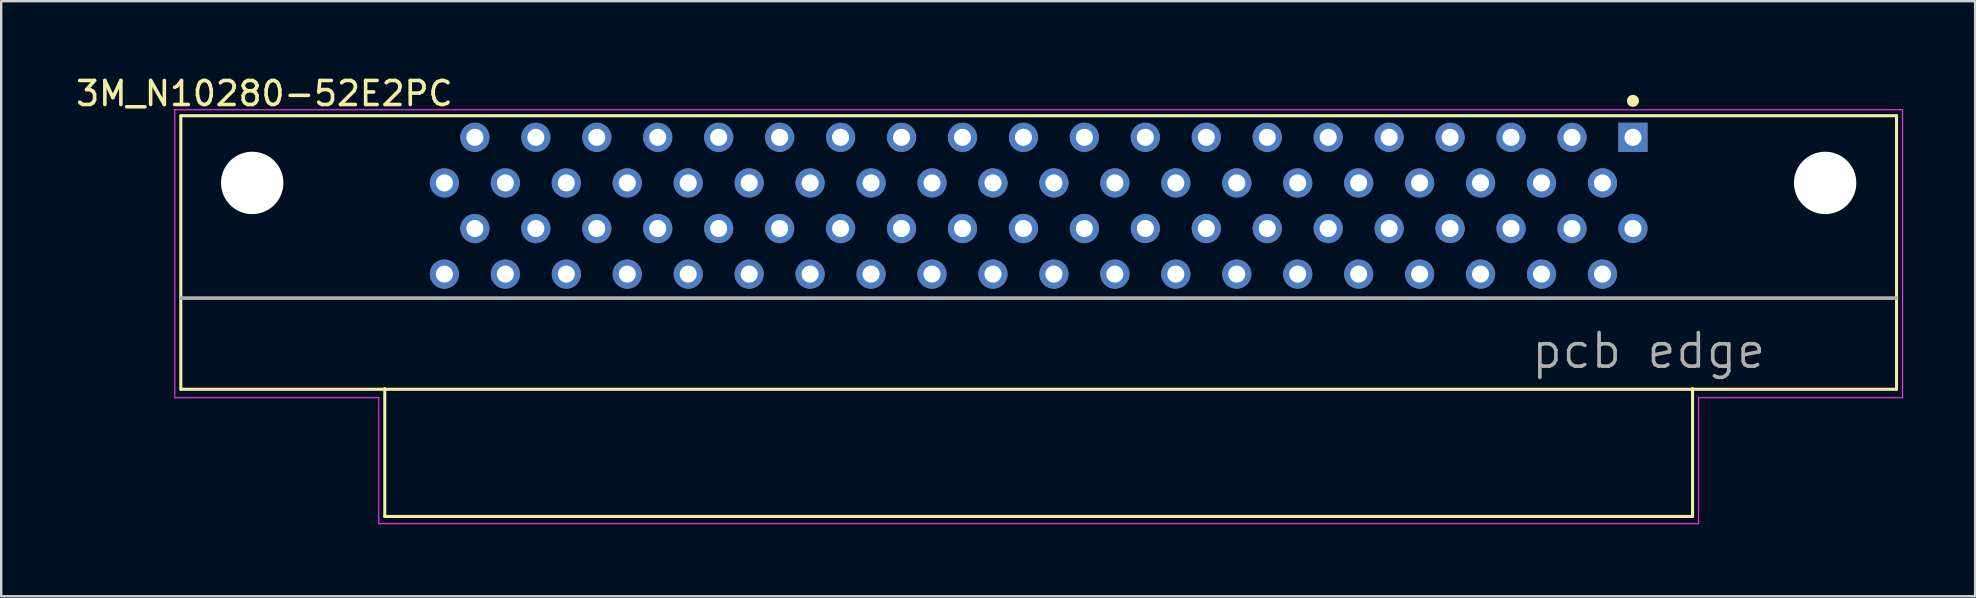
<source format=kicad_pcb>
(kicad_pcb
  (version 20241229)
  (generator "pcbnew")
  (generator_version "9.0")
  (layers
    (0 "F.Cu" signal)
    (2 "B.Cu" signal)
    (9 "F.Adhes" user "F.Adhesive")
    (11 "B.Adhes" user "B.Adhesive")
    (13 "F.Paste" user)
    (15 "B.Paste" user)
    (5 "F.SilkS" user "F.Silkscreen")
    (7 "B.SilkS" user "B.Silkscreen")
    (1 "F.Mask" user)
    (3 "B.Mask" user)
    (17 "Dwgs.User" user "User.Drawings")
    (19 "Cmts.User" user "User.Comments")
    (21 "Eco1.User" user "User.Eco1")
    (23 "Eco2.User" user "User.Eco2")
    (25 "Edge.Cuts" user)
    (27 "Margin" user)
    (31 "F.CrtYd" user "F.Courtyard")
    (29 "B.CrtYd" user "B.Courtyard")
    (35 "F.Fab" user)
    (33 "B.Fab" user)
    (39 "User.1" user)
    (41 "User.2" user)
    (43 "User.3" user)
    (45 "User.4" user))
  (footprint "3M_N10280-52E2PC"
    (layer "F.Cu")
    (at 40.235 7.473)
    (property "Reference" "3M_N10280-52E2PC" (at -32.266 -6.624 0) (layer "F.SilkS") (effects (font (size 1.001 1.001) (thickness 0.15))))
    (attr through_hole)
    (fp_line (start -35.75 -5.7) (end 35.75 -5.7) (stroke (width 0.127) (type solid)) (layer "F.SilkS"))
    (fp_line (start -35.75 5.7) (end -35.75 -5.7) (stroke (width 0.127) (type solid)) (layer "F.SilkS"))
    (fp_line (start -27.25 5.67) (end -27.25 11) (stroke (width 0.127) (type solid)) (layer "F.SilkS"))
    (fp_line (start -27.25 11) (end 27.25 11) (stroke (width 0.127) (type solid)) (layer "F.SilkS"))
    (fp_line (start 27.25 11) (end 27.25 5.67) (stroke (width 0.127) (type solid)) (layer "F.SilkS"))
    (fp_line (start 35.75 -5.7) (end 35.75 5.7) (stroke (width 0.127) (type solid)) (layer "F.SilkS"))
    (fp_line (start 35.75 5.7) (end -35.75 5.7) (stroke (width 0.127) (type solid)) (layer "F.SilkS"))
    (fp_circle (center 24.765 -6.32) (end 25.015 -6.32) (stroke (width 0) (type solid)) (fill yes) (layer "F.SilkS"))
    (fp_line (start -36 -5.95) (end -36 6.05) (stroke (width 0.05) (type solid)) (layer "F.CrtYd"))
    (fp_line (start -36 6.05) (end -27.5 6.05) (stroke (width 0.05) (type solid)) (layer "F.CrtYd"))
    (fp_line (start -27.5 6.05) (end -27.5 11.3) (stroke (width 0.05) (type solid)) (layer "F.CrtYd"))
    (fp_line (start -27.5 11.3) (end 27.5 11.3) (stroke (width 0.05) (type solid)) (layer "F.CrtYd"))
    (fp_line (start 27.5 6.05) (end 36 6.05) (stroke (width 0.05) (type solid)) (layer "F.CrtYd"))
    (fp_line (start 27.5 11.3) (end 27.5 6.05) (stroke (width 0.05) (type solid)) (layer "F.CrtYd"))
    (fp_line (start 36 -5.95) (end -36 -5.95) (stroke (width 0.05) (type solid)) (layer "F.CrtYd"))
    (fp_line (start 36 6.05) (end 36 -5.95) (stroke (width 0.05) (type solid)) (layer "F.CrtYd"))
    (fp_line (start -35.75 1.9) (end 35.75 1.9) (stroke (width 0.152) (type solid)) (layer "F.Fab"))
    (fp_text user "pcb edge" (at 25.423 4.094 0) (layer "F.Fab") (effects (font (size 1.401 1.401) (thickness 0.15))))
    (pad "" np_thru_hole circle (at -32.775 -2.9) (size 2.6 2.6) (drill 2.6) (layers "*.Cu" "*.Mask"))
    (pad "" np_thru_hole circle (at 32.775 -2.9) (size 2.6 2.6) (drill 2.6) (layers "*.Cu" "*.Mask"))
    (pad "1" thru_hole rect (at 24.765 -4.8) (size 1.218 1.218) (drill 0.71) (layers "*.Cu" "*.Mask"))
    (pad "2" thru_hole circle (at 23.495 -2.9) (size 1.218 1.218) (drill 0.71) (layers "*.Cu" "*.Mask"))
    (pad "3" thru_hole circle (at 22.225 -4.8) (size 1.218 1.218) (drill 0.71) (layers "*.Cu" "*.Mask"))
    (pad "4" thru_hole circle (at 20.955 -2.9) (size 1.218 1.218) (drill 0.71) (layers "*.Cu" "*.Mask"))
    (pad "5" thru_hole circle (at 19.685 -4.8) (size 1.218 1.218) (drill 0.71) (layers "*.Cu" "*.Mask"))
    (pad "6" thru_hole circle (at 18.415 -2.9) (size 1.218 1.218) (drill 0.71) (layers "*.Cu" "*.Mask"))
    (pad "7" thru_hole circle (at 17.145 -4.8) (size 1.218 1.218) (drill 0.71) (layers "*.Cu" "*.Mask"))
    (pad "8" thru_hole circle (at 15.875 -2.9) (size 1.218 1.218) (drill 0.71) (layers "*.Cu" "*.Mask"))
    (pad "9" thru_hole circle (at 14.605 -4.8) (size 1.218 1.218) (drill 0.71) (layers "*.Cu" "*.Mask"))
    (pad "10" thru_hole circle (at 13.335 -2.9) (size 1.218 1.218) (drill 0.71) (layers "*.Cu" "*.Mask"))
    (pad "11" thru_hole circle (at 12.065 -4.8) (size 1.218 1.218) (drill 0.71) (layers "*.Cu" "*.Mask"))
    (pad "12" thru_hole circle (at 10.795 -2.9) (size 1.218 1.218) (drill 0.71) (layers "*.Cu" "*.Mask"))
    (pad "13" thru_hole circle (at 9.525 -4.8) (size 1.218 1.218) (drill 0.71) (layers "*.Cu" "*.Mask"))
    (pad "14" thru_hole circle (at 8.255 -2.9) (size 1.218 1.218) (drill 0.71) (layers "*.Cu" "*.Mask"))
    (pad "15" thru_hole circle (at 6.985 -4.8) (size 1.218 1.218) (drill 0.71) (layers "*.Cu" "*.Mask"))
    (pad "16" thru_hole circle (at 5.715 -2.9) (size 1.218 1.218) (drill 0.71) (layers "*.Cu" "*.Mask"))
    (pad "17" thru_hole circle (at 4.445 -4.8) (size 1.218 1.218) (drill 0.71) (layers "*.Cu" "*.Mask"))
    (pad "18" thru_hole circle (at 3.175 -2.9) (size 1.218 1.218) (drill 0.71) (layers "*.Cu" "*.Mask"))
    (pad "19" thru_hole circle (at 1.905 -4.8) (size 1.218 1.218) (drill 0.71) (layers "*.Cu" "*.Mask"))
    (pad "20" thru_hole circle (at 0.635 -2.9) (size 1.218 1.218) (drill 0.71) (layers "*.Cu" "*.Mask"))
    (pad "21" thru_hole circle (at -0.635 -4.8) (size 1.218 1.218) (drill 0.71) (layers "*.Cu" "*.Mask"))
    (pad "22" thru_hole circle (at -1.905 -2.9) (size 1.218 1.218) (drill 0.71) (layers "*.Cu" "*.Mask"))
    (pad "23" thru_hole circle (at -3.175 -4.8) (size 1.218 1.218) (drill 0.71) (layers "*.Cu" "*.Mask"))
    (pad "24" thru_hole circle (at -4.445 -2.9) (size 1.218 1.218) (drill 0.71) (layers "*.Cu" "*.Mask"))
    (pad "25" thru_hole circle (at -5.715 -4.8) (size 1.218 1.218) (drill 0.71) (layers "*.Cu" "*.Mask"))
    (pad "26" thru_hole circle (at -6.985 -2.9) (size 1.218 1.218) (drill 0.71) (layers "*.Cu" "*.Mask"))
    (pad "27" thru_hole circle (at -8.255 -4.8) (size 1.218 1.218) (drill 0.71) (layers "*.Cu" "*.Mask"))
    (pad "28" thru_hole circle (at -9.525 -2.9) (size 1.218 1.218) (drill 0.71) (layers "*.Cu" "*.Mask"))
    (pad "29" thru_hole circle (at -10.795 -4.8) (size 1.218 1.218) (drill 0.71) (layers "*.Cu" "*.Mask"))
    (pad "30" thru_hole circle (at -12.065 -2.9) (size 1.218 1.218) (drill 0.71) (layers "*.Cu" "*.Mask"))
    (pad "31" thru_hole circle (at -13.335 -4.8) (size 1.218 1.218) (drill 0.71) (layers "*.Cu" "*.Mask"))
    (pad "32" thru_hole circle (at -14.605 -2.9) (size 1.218 1.218) (drill 0.71) (layers "*.Cu" "*.Mask"))
    (pad "33" thru_hole circle (at -15.875 -4.8) (size 1.218 1.218) (drill 0.71) (layers "*.Cu" "*.Mask"))
    (pad "34" thru_hole circle (at -17.145 -2.9) (size 1.218 1.218) (drill 0.71) (layers "*.Cu" "*.Mask"))
    (pad "35" thru_hole circle (at -18.415 -4.8) (size 1.218 1.218) (drill 0.71) (layers "*.Cu" "*.Mask"))
    (pad "36" thru_hole circle (at -19.685 -2.9) (size 1.218 1.218) (drill 0.71) (layers "*.Cu" "*.Mask"))
    (pad "37" thru_hole circle (at -20.955 -4.8) (size 1.218 1.218) (drill 0.71) (layers "*.Cu" "*.Mask"))
    (pad "38" thru_hole circle (at -22.225 -2.9) (size 1.218 1.218) (drill 0.71) (layers "*.Cu" "*.Mask"))
    (pad "39" thru_hole circle (at -23.495 -4.8) (size 1.218 1.218) (drill 0.71) (layers "*.Cu" "*.Mask"))
    (pad "40" thru_hole circle (at -24.765 -2.9) (size 1.218 1.218) (drill 0.71) (layers "*.Cu" "*.Mask"))
    (pad "41" thru_hole circle (at 24.765 -1) (size 1.218 1.218) (drill 0.71) (layers "*.Cu" "*.Mask"))
    (pad "42" thru_hole circle (at 23.495 0.9) (size 1.218 1.218) (drill 0.71) (layers "*.Cu" "*.Mask"))
    (pad "43" thru_hole circle (at 22.225 -1) (size 1.218 1.218) (drill 0.71) (layers "*.Cu" "*.Mask"))
    (pad "44" thru_hole circle (at 20.955 0.9) (size 1.218 1.218) (drill 0.71) (layers "*.Cu" "*.Mask"))
    (pad "45" thru_hole circle (at 19.685 -1) (size 1.218 1.218) (drill 0.71) (layers "*.Cu" "*.Mask"))
    (pad "46" thru_hole circle (at 18.415 0.9) (size 1.218 1.218) (drill 0.71) (layers "*.Cu" "*.Mask"))
    (pad "47" thru_hole circle (at 17.145 -1) (size 1.218 1.218) (drill 0.71) (layers "*.Cu" "*.Mask"))
    (pad "48" thru_hole circle (at 15.875 0.9) (size 1.218 1.218) (drill 0.71) (layers "*.Cu" "*.Mask"))
    (pad "49" thru_hole circle (at 14.605 -1) (size 1.218 1.218) (drill 0.71) (layers "*.Cu" "*.Mask"))
    (pad "50" thru_hole circle (at 13.335 0.9) (size 1.218 1.218) (drill 0.71) (layers "*.Cu" "*.Mask"))
    (pad "51" thru_hole circle (at 12.065 -1) (size 1.218 1.218) (drill 0.71) (layers "*.Cu" "*.Mask"))
    (pad "52" thru_hole circle (at 10.795 0.9) (size 1.218 1.218) (drill 0.71) (layers "*.Cu" "*.Mask"))
    (pad "53" thru_hole circle (at 9.525 -1) (size 1.218 1.218) (drill 0.71) (layers "*.Cu" "*.Mask"))
    (pad "54" thru_hole circle (at 8.255 0.9) (size 1.218 1.218) (drill 0.71) (layers "*.Cu" "*.Mask"))
    (pad "55" thru_hole circle (at 6.985 -1) (size 1.218 1.218) (drill 0.71) (layers "*.Cu" "*.Mask"))
    (pad "56" thru_hole circle (at 5.715 0.9) (size 1.218 1.218) (drill 0.71) (layers "*.Cu" "*.Mask"))
    (pad "57" thru_hole circle (at 4.445 -1) (size 1.218 1.218) (drill 0.71) (layers "*.Cu" "*.Mask"))
    (pad "58" thru_hole circle (at 3.175 0.9) (size 1.218 1.218) (drill 0.71) (layers "*.Cu" "*.Mask"))
    (pad "59" thru_hole circle (at 1.905 -1) (size 1.218 1.218) (drill 0.71) (layers "*.Cu" "*.Mask"))
    (pad "60" thru_hole circle (at 0.635 0.9) (size 1.218 1.218) (drill 0.71) (layers "*.Cu" "*.Mask"))
    (pad "61" thru_hole circle (at -0.635 -1) (size 1.218 1.218) (drill 0.71) (layers "*.Cu" "*.Mask"))
    (pad "62" thru_hole circle (at -1.905 0.9) (size 1.218 1.218) (drill 0.71) (layers "*.Cu" "*.Mask"))
    (pad "63" thru_hole circle (at -3.175 -1) (size 1.218 1.218) (drill 0.71) (layers "*.Cu" "*.Mask"))
    (pad "64" thru_hole circle (at -4.445 0.9) (size 1.218 1.218) (drill 0.71) (layers "*.Cu" "*.Mask"))
    (pad "65" thru_hole circle (at -5.715 -1) (size 1.218 1.218) (drill 0.71) (layers "*.Cu" "*.Mask"))
    (pad "66" thru_hole circle (at -6.985 0.9) (size 1.218 1.218) (drill 0.71) (layers "*.Cu" "*.Mask"))
    (pad "67" thru_hole circle (at -8.255 -1) (size 1.218 1.218) (drill 0.71) (layers "*.Cu" "*.Mask"))
    (pad "68" thru_hole circle (at -9.525 0.9) (size 1.218 1.218) (drill 0.71) (layers "*.Cu" "*.Mask"))
    (pad "69" thru_hole circle (at -10.795 -1) (size 1.218 1.218) (drill 0.71) (layers "*.Cu" "*.Mask"))
    (pad "70" thru_hole circle (at -12.065 0.9) (size 1.218 1.218) (drill 0.71) (layers "*.Cu" "*.Mask"))
    (pad "71" thru_hole circle (at -13.335 -1) (size 1.218 1.218) (drill 0.71) (layers "*.Cu" "*.Mask"))
    (pad "72" thru_hole circle (at -14.605 0.9) (size 1.218 1.218) (drill 0.71) (layers "*.Cu" "*.Mask"))
    (pad "73" thru_hole circle (at -15.875 -1) (size 1.218 1.218) (drill 0.71) (layers "*.Cu" "*.Mask"))
    (pad "74" thru_hole circle (at -17.145 0.9) (size 1.218 1.218) (drill 0.71) (layers "*.Cu" "*.Mask"))
    (pad "75" thru_hole circle (at -18.415 -1) (size 1.218 1.218) (drill 0.71) (layers "*.Cu" "*.Mask"))
    (pad "76" thru_hole circle (at -19.685 0.9) (size 1.218 1.218) (drill 0.71) (layers "*.Cu" "*.Mask"))
    (pad "77" thru_hole circle (at -20.955 -1) (size 1.218 1.218) (drill 0.71) (layers "*.Cu" "*.Mask"))
    (pad "78" thru_hole circle (at -22.225 0.9) (size 1.218 1.218) (drill 0.71) (layers "*.Cu" "*.Mask"))
    (pad "79" thru_hole circle (at -23.495 -1) (size 1.218 1.218) (drill 0.71) (layers "*.Cu" "*.Mask"))
    (pad "80" thru_hole circle (at -24.765 0.9) (size 1.218 1.218) (drill 0.71) (layers "*.Cu" "*.Mask")))
  (gr_rect
    (start -3 -3)
    (end 79.26 21.798)
    (stroke (width 0.1) (type default))
    (fill no)
    (layer "Edge.Cuts")))
</source>
